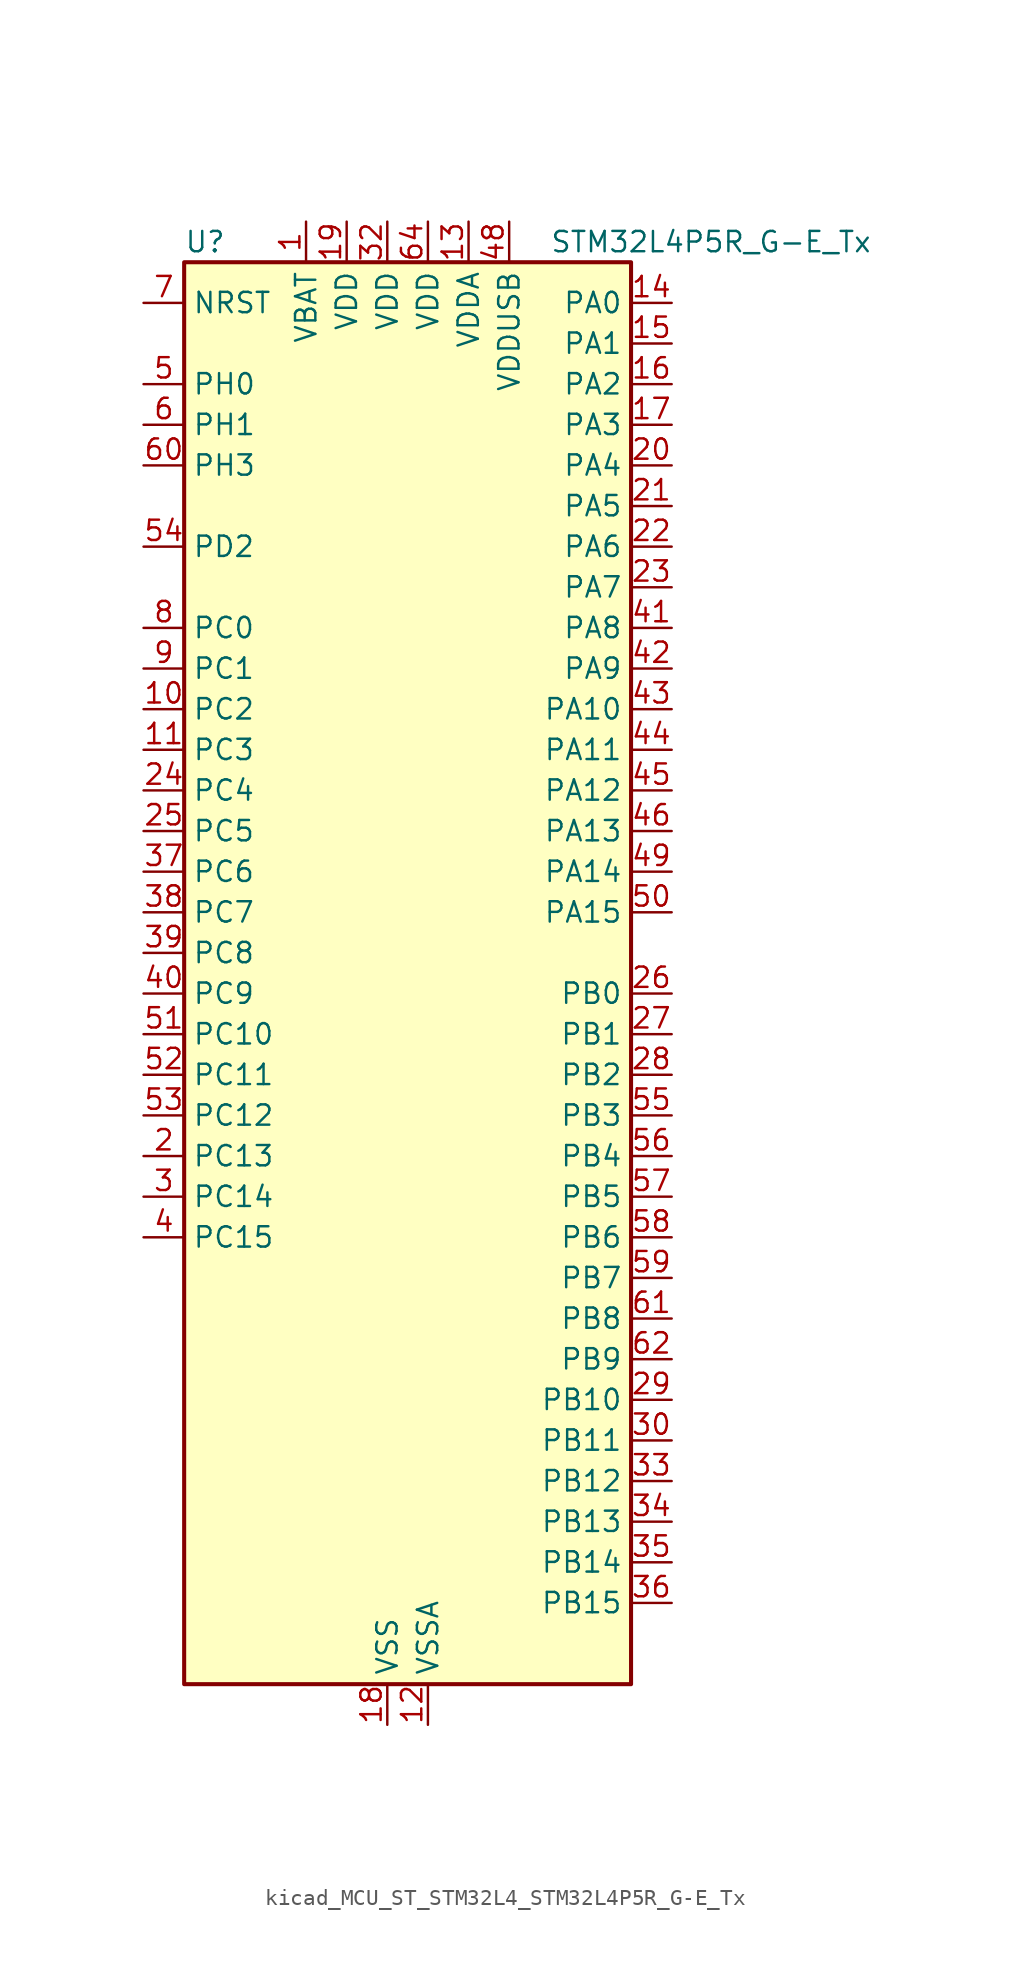
<source format=kicad_sym>
(kicad_symbol_lib
  (version 20220914)
  (generator kicad_symbol_editor)
  (symbol "kicad_MCU_ST_STM32L4_STM32L4P5R_G-E_Tx"
    (property "Reference" "U"
      (at -12.7 46.99 0)
      (effects (font (size 1.27 1.27)) (justify left)))
    (property "Value" "STM32L4P5R_G-E_Tx"
      (at 10.16 46.99 0)
      (effects (font (size 1.27 1.27)) (justify left)))
    (property "ki_locked" ""
      (at 0 0 0)
      (effects (font (size 1.27 1.27))))
    (symbol "kicad_MCU_ST_STM32L4_STM32L4P5R_G-E_Tx_0_1"
      (rectangle (start -12.7 -43.18) (end 15.24 45.72) (stroke (width 0.254) (type default)) (fill (type background))))
    (symbol "kicad_MCU_ST_STM32L4_STM32L4P5R_G-E_Tx_1_1"
      (pin power_in line (at -5.08 48.26 270) (length 2.54) (name "VBAT" (effects (font (size 1.27 1.27)))) (number "1" (effects (font (size 1.27 1.27)))))
      (pin bidirectional line (at -15.24 17.78 0) (length 2.54) (name "PC2" (effects (font (size 1.27 1.27)))) (number "10" (effects (font (size 1.27 1.27)))) (alternate "ADC1_IN3" bidirectional line) (alternate "ADC2_IN3" bidirectional line) (alternate "DFSDM1_CKOUT" bidirectional line) (alternate "LPTIM1_IN2" bidirectional line) (alternate "LTDC_HSYNC" bidirectional line) (alternate "OCTOSPIM_P1_IO5" bidirectional line) (alternate "SPI2_MISO" bidirectional line))
      (pin bidirectional line (at -15.24 15.24 0) (length 2.54) (name "PC3" (effects (font (size 1.27 1.27)))) (number "11" (effects (font (size 1.27 1.27)))) (alternate "ADC1_IN4" bidirectional line) (alternate "ADC2_IN4" bidirectional line) (alternate "LPTIM1_ETR" bidirectional line) (alternate "LPTIM2_ETR" bidirectional line) (alternate "OCTOSPIM_P1_IO6" bidirectional line) (alternate "SAI1_D1" bidirectional line) (alternate "SAI1_SD_A" bidirectional line) (alternate "SPI2_MOSI" bidirectional line))
      (pin power_in line (at 2.54 -45.72 90) (length 2.54) (name "VSSA" (effects (font (size 1.27 1.27)))) (number "12" (effects (font (size 1.27 1.27)))))
      (pin power_in line (at 5.08 48.26 270) (length 2.54) (name "VDDA" (effects (font (size 1.27 1.27)))) (number "13" (effects (font (size 1.27 1.27)))))
      (pin bidirectional line (at 17.78 43.18 180) (length 2.54) (name "PA0" (effects (font (size 1.27 1.27)))) (number "14" (effects (font (size 1.27 1.27)))) (alternate "ADC1_IN5" bidirectional line) (alternate "ADC2_IN5" bidirectional line) (alternate "OPAMP1_VINP" bidirectional line) (alternate "RTC_TAMP2" bidirectional line) (alternate "SAI1_EXTCLK" bidirectional line) (alternate "SYS_WKUP1" bidirectional line) (alternate "TIM2_CH1" bidirectional line) (alternate "TIM2_ETR" bidirectional line) (alternate "TIM5_CH1" bidirectional line) (alternate "TIM8_ETR" bidirectional line) (alternate "UART4_TX" bidirectional line) (alternate "USART2_CTS" bidirectional line) (alternate "USART2_NSS" bidirectional line))
      (pin bidirectional line (at 17.78 40.64 180) (length 2.54) (name "PA1" (effects (font (size 1.27 1.27)))) (number "15" (effects (font (size 1.27 1.27)))) (alternate "ADC1_IN6" bidirectional line) (alternate "ADC2_IN6" bidirectional line) (alternate "I2C1_SMBA" bidirectional line) (alternate "OCTOSPIM_P1_DQS" bidirectional line) (alternate "OPAMP1_VINM" bidirectional line) (alternate "SDMMC2_CMD" bidirectional line) (alternate "SPI1_SCK" bidirectional line) (alternate "TIM15_CH1N" bidirectional line) (alternate "TIM2_CH2" bidirectional line) (alternate "TIM5_CH2" bidirectional line) (alternate "UART4_RX" bidirectional line) (alternate "USART2_DE" bidirectional line) (alternate "USART2_RTS" bidirectional line))
      (pin bidirectional line (at 17.78 38.1 180) (length 2.54) (name "PA2" (effects (font (size 1.27 1.27)))) (number "16" (effects (font (size 1.27 1.27)))) (alternate "ADC1_IN7" bidirectional line) (alternate "ADC2_IN7" bidirectional line) (alternate "LPUART1_TX" bidirectional line) (alternate "OCTOSPIM_P1_NCS" bidirectional line) (alternate "RCC_LSCO" bidirectional line) (alternate "SAI2_EXTCLK" bidirectional line) (alternate "SYS_WKUP4" bidirectional line) (alternate "TIM15_CH1" bidirectional line) (alternate "TIM2_CH3" bidirectional line) (alternate "TIM5_CH3" bidirectional line) (alternate "USART2_TX" bidirectional line))
      (pin bidirectional line (at 17.78 35.56 180) (length 2.54) (name "PA3" (effects (font (size 1.27 1.27)))) (number "17" (effects (font (size 1.27 1.27)))) (alternate "ADC1_IN8" bidirectional line) (alternate "ADC2_IN8" bidirectional line) (alternate "LPUART1_RX" bidirectional line) (alternate "OCTOSPIM_P1_CLK" bidirectional line) (alternate "OPAMP1_VOUT" bidirectional line) (alternate "SAI1_CK1" bidirectional line) (alternate "SAI1_MCLK_A" bidirectional line) (alternate "TIM15_CH2" bidirectional line) (alternate "TIM2_CH4" bidirectional line) (alternate "TIM5_CH4" bidirectional line) (alternate "USART2_RX" bidirectional line))
      (pin power_in line (at 0 -45.72 90) (length 2.54) (name "VSS" (effects (font (size 1.27 1.27)))) (number "18" (effects (font (size 1.27 1.27)))))
      (pin power_in line (at -2.54 48.26 270) (length 2.54) (name "VDD" (effects (font (size 1.27 1.27)))) (number "19" (effects (font (size 1.27 1.27)))))
      (pin bidirectional line (at -15.24 -10.16 0) (length 2.54) (name "PC13" (effects (font (size 1.27 1.27)))) (number "2" (effects (font (size 1.27 1.27)))) (alternate "RTC_OUT1" bidirectional line) (alternate "RTC_TAMP1" bidirectional line) (alternate "RTC_TS" bidirectional line) (alternate "SYS_WKUP2" bidirectional line))
      (pin bidirectional line (at 17.78 33.02 180) (length 2.54) (name "PA4" (effects (font (size 1.27 1.27)))) (number "20" (effects (font (size 1.27 1.27)))) (alternate "ADC1_IN9" bidirectional line) (alternate "ADC2_IN9" bidirectional line) (alternate "DAC1_OUT1" bidirectional line) (alternate "DCMI_HSYNC" bidirectional line) (alternate "LPTIM2_OUT" bidirectional line) (alternate "LTDC_CLK" bidirectional line) (alternate "OCTOSPIM_P1_NCS" bidirectional line) (alternate "PSSI_DE" bidirectional line) (alternate "SAI1_FS_B" bidirectional line) (alternate "SPI1_NSS" bidirectional line) (alternate "SPI3_NSS" bidirectional line) (alternate "USART2_CK" bidirectional line))
      (pin bidirectional line (at 17.78 30.48 180) (length 2.54) (name "PA5" (effects (font (size 1.27 1.27)))) (number "21" (effects (font (size 1.27 1.27)))) (alternate "ADC1_IN10" bidirectional line) (alternate "ADC2_IN10" bidirectional line) (alternate "DAC1_OUT2" bidirectional line) (alternate "LPTIM2_ETR" bidirectional line) (alternate "LTDC_R7" bidirectional line) (alternate "PSSI_D14" bidirectional line) (alternate "SPI1_SCK" bidirectional line) (alternate "TIM2_CH1" bidirectional line) (alternate "TIM2_ETR" bidirectional line) (alternate "TIM8_CH1N" bidirectional line))
      (pin bidirectional line (at 17.78 27.94 180) (length 2.54) (name "PA6" (effects (font (size 1.27 1.27)))) (number "22" (effects (font (size 1.27 1.27)))) (alternate "ADC1_IN11" bidirectional line) (alternate "ADC2_IN11" bidirectional line) (alternate "DCMI_PIXCLK" bidirectional line) (alternate "LPUART1_CTS" bidirectional line) (alternate "OCTOSPIM_P1_IO3" bidirectional line) (alternate "OPAMP2_VINP" bidirectional line) (alternate "PSSI_PDCK" bidirectional line) (alternate "SPI1_MISO" bidirectional line) (alternate "TIM16_CH1" bidirectional line) (alternate "TIM1_BKIN" bidirectional line) (alternate "TIM3_CH1" bidirectional line) (alternate "TIM8_BKIN" bidirectional line) (alternate "USART3_CTS" bidirectional line) (alternate "USART3_NSS" bidirectional line))
      (pin bidirectional line (at 17.78 25.4 180) (length 2.54) (name "PA7" (effects (font (size 1.27 1.27)))) (number "23" (effects (font (size 1.27 1.27)))) (alternate "ADC1_IN12" bidirectional line) (alternate "ADC2_IN12" bidirectional line) (alternate "I2C3_SCL" bidirectional line) (alternate "OCTOSPIM_P1_IO2" bidirectional line) (alternate "OPAMP2_VINM" bidirectional line) (alternate "SPI1_MOSI" bidirectional line) (alternate "TIM17_CH1" bidirectional line) (alternate "TIM1_CH1N" bidirectional line) (alternate "TIM3_CH2" bidirectional line) (alternate "TIM8_CH1N" bidirectional line))
      (pin bidirectional line (at -15.24 12.7 0) (length 2.54) (name "PC4" (effects (font (size 1.27 1.27)))) (number "24" (effects (font (size 1.27 1.27)))) (alternate "ADC1_IN13" bidirectional line) (alternate "ADC2_IN13" bidirectional line) (alternate "COMP1_INM" bidirectional line) (alternate "OCTOSPIM_P1_IO7" bidirectional line) (alternate "OCTOSPIM_P2_NCS" bidirectional line) (alternate "USART3_TX" bidirectional line))
      (pin bidirectional line (at -15.24 10.16 0) (length 2.54) (name "PC5" (effects (font (size 1.27 1.27)))) (number "25" (effects (font (size 1.27 1.27)))) (alternate "ADC1_IN14" bidirectional line) (alternate "ADC2_IN14" bidirectional line) (alternate "COMP1_INP" bidirectional line) (alternate "LTDC_CLK" bidirectional line) (alternate "PSSI_D15" bidirectional line) (alternate "SAI1_D3" bidirectional line) (alternate "SYS_WKUP5" bidirectional line) (alternate "USART3_RX" bidirectional line))
      (pin bidirectional line (at 17.78 0 180) (length 2.54) (name "PB0" (effects (font (size 1.27 1.27)))) (number "26" (effects (font (size 1.27 1.27)))) (alternate "ADC1_IN15" bidirectional line) (alternate "ADC2_IN15" bidirectional line) (alternate "COMP1_OUT" bidirectional line) (alternate "LTDC_B6" bidirectional line) (alternate "OCTOSPIM_P1_IO1" bidirectional line) (alternate "OPAMP2_VOUT" bidirectional line) (alternate "SAI1_EXTCLK" bidirectional line) (alternate "SPI1_NSS" bidirectional line) (alternate "TIM1_CH2N" bidirectional line) (alternate "TIM3_CH3" bidirectional line) (alternate "TIM8_CH2N" bidirectional line) (alternate "USART3_CK" bidirectional line))
      (pin bidirectional line (at 17.78 -2.54 180) (length 2.54) (name "PB1" (effects (font (size 1.27 1.27)))) (number "27" (effects (font (size 1.27 1.27)))) (alternate "ADC1_IN16" bidirectional line) (alternate "ADC2_IN16" bidirectional line) (alternate "COMP1_INM" bidirectional line) (alternate "DFSDM1_DATIN0" bidirectional line) (alternate "LPTIM2_IN1" bidirectional line) (alternate "LPUART1_DE" bidirectional line) (alternate "LPUART1_RTS" bidirectional line) (alternate "LTDC_G6" bidirectional line) (alternate "OCTOSPIM_P1_IO0" bidirectional line) (alternate "TIM1_CH3N" bidirectional line) (alternate "TIM3_CH4" bidirectional line) (alternate "TIM8_CH3N" bidirectional line) (alternate "USART3_DE" bidirectional line) (alternate "USART3_RTS" bidirectional line))
      (pin bidirectional line (at 17.78 -5.08 180) (length 2.54) (name "PB2" (effects (font (size 1.27 1.27)))) (number "28" (effects (font (size 1.27 1.27)))) (alternate "COMP1_INP" bidirectional line) (alternate "DFSDM1_CKIN0" bidirectional line) (alternate "I2C3_SMBA" bidirectional line) (alternate "LPTIM1_OUT" bidirectional line) (alternate "OCTOSPIM_P1_DQS" bidirectional line) (alternate "RTC_OUT2" bidirectional line))
      (pin bidirectional line (at 17.78 -25.4 180) (length 2.54) (name "PB10" (effects (font (size 1.27 1.27)))) (number "29" (effects (font (size 1.27 1.27)))) (alternate "COMP1_OUT" bidirectional line) (alternate "I2C2_SCL" bidirectional line) (alternate "I2C4_SCL" bidirectional line) (alternate "LPUART1_RX" bidirectional line) (alternate "OCTOSPIM_P1_CLK" bidirectional line) (alternate "OCTOSPIM_P1_IO3" bidirectional line) (alternate "SAI1_SCK_A" bidirectional line) (alternate "SPI2_SCK" bidirectional line) (alternate "TIM2_CH3" bidirectional line) (alternate "TSC_SYNC" bidirectional line) (alternate "USART3_TX" bidirectional line))
      (pin bidirectional line (at -15.24 -12.7 0) (length 2.54) (name "PC14" (effects (font (size 1.27 1.27)))) (number "3" (effects (font (size 1.27 1.27)))) (alternate "RCC_OSC32_IN" bidirectional line))
      (pin bidirectional line (at 17.78 -27.94 180) (length 2.54) (name "PB11" (effects (font (size 1.27 1.27)))) (number "30" (effects (font (size 1.27 1.27)))) (alternate "ADC1_EXTI11" bidirectional line) (alternate "ADC2_EXTI11" bidirectional line) (alternate "COMP2_OUT" bidirectional line) (alternate "I2C2_SDA" bidirectional line) (alternate "I2C4_SDA" bidirectional line) (alternate "LPUART1_TX" bidirectional line) (alternate "LTDC_VSYNC" bidirectional line) (alternate "OCTOSPIM_P1_NCS" bidirectional line) (alternate "TIM2_CH4" bidirectional line) (alternate "USART3_RX" bidirectional line))
      (pin passive line (at 0 -45.72 90) (length 2.54) hide (name "VSS" (effects (font (size 1.27 1.27)))) (number "31" (effects (font (size 1.27 1.27)))))
      (pin power_in line (at 0 48.26 270) (length 2.54) (name "VDD" (effects (font (size 1.27 1.27)))) (number "32" (effects (font (size 1.27 1.27)))))
      (pin bidirectional line (at 17.78 -30.48 180) (length 2.54) (name "PB12" (effects (font (size 1.27 1.27)))) (number "33" (effects (font (size 1.27 1.27)))) (alternate "DFSDM1_DATIN1" bidirectional line) (alternate "I2C2_SMBA" bidirectional line) (alternate "LPUART1_DE" bidirectional line) (alternate "LPUART1_RTS" bidirectional line) (alternate "OCTOSPIM_P1_NCLK" bidirectional line) (alternate "SAI2_FS_A" bidirectional line) (alternate "SDMMC2_CK" bidirectional line) (alternate "SPI2_NSS" bidirectional line) (alternate "TIM15_BKIN" bidirectional line) (alternate "TIM1_BKIN" bidirectional line) (alternate "TSC_G1_IO1" bidirectional line) (alternate "USART3_CK" bidirectional line))
      (pin bidirectional line (at 17.78 -33.02 180) (length 2.54) (name "PB13" (effects (font (size 1.27 1.27)))) (number "34" (effects (font (size 1.27 1.27)))) (alternate "DFSDM1_CKIN1" bidirectional line) (alternate "I2C2_SCL" bidirectional line) (alternate "LPUART1_CTS" bidirectional line) (alternate "OCTOSPIM_P1_IO1" bidirectional line) (alternate "SAI2_SCK_A" bidirectional line) (alternate "SPI2_SCK" bidirectional line) (alternate "TIM15_CH1N" bidirectional line) (alternate "TIM1_CH1N" bidirectional line) (alternate "TSC_G1_IO2" bidirectional line) (alternate "USART3_CTS" bidirectional line) (alternate "USART3_NSS" bidirectional line))
      (pin bidirectional line (at 17.78 -35.56 180) (length 2.54) (name "PB14" (effects (font (size 1.27 1.27)))) (number "35" (effects (font (size 1.27 1.27)))) (alternate "DFSDM1_DATIN2" bidirectional line) (alternate "I2C2_SDA" bidirectional line) (alternate "OCTOSPIM_P1_IO6" bidirectional line) (alternate "SAI2_MCLK_A" bidirectional line) (alternate "SDMMC2_D0" bidirectional line) (alternate "SPI2_MISO" bidirectional line) (alternate "TIM15_CH1" bidirectional line) (alternate "TIM1_CH2N" bidirectional line) (alternate "TIM8_CH2N" bidirectional line) (alternate "TSC_G1_IO3" bidirectional line) (alternate "USART3_DE" bidirectional line) (alternate "USART3_RTS" bidirectional line))
      (pin bidirectional line (at 17.78 -38.1 180) (length 2.54) (name "PB15" (effects (font (size 1.27 1.27)))) (number "36" (effects (font (size 1.27 1.27)))) (alternate "ADC1_EXTI15" bidirectional line) (alternate "ADC2_EXTI15" bidirectional line) (alternate "DFSDM1_CKIN2" bidirectional line) (alternate "OCTOSPIM_P1_IO7" bidirectional line) (alternate "RTC_REFIN" bidirectional line) (alternate "SAI2_SD_A" bidirectional line) (alternate "SDMMC2_D1" bidirectional line) (alternate "SPI2_MOSI" bidirectional line) (alternate "TIM15_CH2" bidirectional line) (alternate "TIM1_CH3N" bidirectional line) (alternate "TIM8_CH3N" bidirectional line) (alternate "TSC_G1_IO4" bidirectional line))
      (pin bidirectional line (at -15.24 7.62 0) (length 2.54) (name "PC6" (effects (font (size 1.27 1.27)))) (number "37" (effects (font (size 1.27 1.27)))) (alternate "DCMI_D0" bidirectional line) (alternate "DFSDM1_CKIN3" bidirectional line) (alternate "LTDC_G7" bidirectional line) (alternate "PSSI_D0" bidirectional line) (alternate "SAI2_MCLK_A" bidirectional line) (alternate "SDMMC1_D0DIR" bidirectional line) (alternate "SDMMC1_D6" bidirectional line) (alternate "SDMMC2_D6" bidirectional line) (alternate "TIM3_CH1" bidirectional line) (alternate "TIM8_CH1" bidirectional line) (alternate "TSC_G4_IO1" bidirectional line))
      (pin bidirectional line (at -15.24 5.08 0) (length 2.54) (name "PC7" (effects (font (size 1.27 1.27)))) (number "38" (effects (font (size 1.27 1.27)))) (alternate "DCMI_D1" bidirectional line) (alternate "DFSDM1_DATIN3" bidirectional line) (alternate "LTDC_B6" bidirectional line) (alternate "PSSI_D1" bidirectional line) (alternate "SAI2_MCLK_B" bidirectional line) (alternate "SDMMC1_D123DIR" bidirectional line) (alternate "SDMMC1_D7" bidirectional line) (alternate "SDMMC2_D7" bidirectional line) (alternate "TIM3_CH2" bidirectional line) (alternate "TIM8_CH2" bidirectional line) (alternate "TSC_G4_IO2" bidirectional line))
      (pin bidirectional line (at -15.24 2.54 0) (length 2.54) (name "PC8" (effects (font (size 1.27 1.27)))) (number "39" (effects (font (size 1.27 1.27)))) (alternate "DCMI_D2" bidirectional line) (alternate "PSSI_D2" bidirectional line) (alternate "SDMMC1_D0" bidirectional line) (alternate "TIM3_CH3" bidirectional line) (alternate "TIM8_CH3" bidirectional line) (alternate "TSC_G4_IO3" bidirectional line))
      (pin bidirectional line (at -15.24 -15.24 0) (length 2.54) (name "PC15" (effects (font (size 1.27 1.27)))) (number "4" (effects (font (size 1.27 1.27)))) (alternate "ADC1_EXTI15" bidirectional line) (alternate "ADC2_EXTI15" bidirectional line) (alternate "RCC_OSC32_OUT" bidirectional line))
      (pin bidirectional line (at -15.24 0 0) (length 2.54) (name "PC9" (effects (font (size 1.27 1.27)))) (number "40" (effects (font (size 1.27 1.27)))) (alternate "DAC1_EXTI9" bidirectional line) (alternate "DCMI_D3" bidirectional line) (alternate "I2C3_SDA" bidirectional line) (alternate "PSSI_D3" bidirectional line) (alternate "SAI2_EXTCLK" bidirectional line) (alternate "SDMMC1_D1" bidirectional line) (alternate "SYS_TRACED0" bidirectional line) (alternate "TIM3_CH4" bidirectional line) (alternate "TIM8_BKIN2" bidirectional line) (alternate "TIM8_CH4" bidirectional line) (alternate "TSC_G4_IO4" bidirectional line) (alternate "USB_OTG_FS_NOE" bidirectional line))
      (pin bidirectional line (at 17.78 22.86 180) (length 2.54) (name "PA8" (effects (font (size 1.27 1.27)))) (number "41" (effects (font (size 1.27 1.27)))) (alternate "LPTIM2_OUT" bidirectional line) (alternate "LTDC_B7" bidirectional line) (alternate "RCC_MCO" bidirectional line) (alternate "SAI1_CK2" bidirectional line) (alternate "SAI1_SCK_A" bidirectional line) (alternate "TIM1_CH1" bidirectional line) (alternate "USART1_CK" bidirectional line) (alternate "USB_OTG_FS_SOF" bidirectional line))
      (pin bidirectional line (at 17.78 20.32 180) (length 2.54) (name "PA9" (effects (font (size 1.27 1.27)))) (number "42" (effects (font (size 1.27 1.27)))) (alternate "DAC1_EXTI9" bidirectional line) (alternate "DCMI_D0" bidirectional line) (alternate "LTDC_G7" bidirectional line) (alternate "PSSI_D0" bidirectional line) (alternate "SAI1_FS_A" bidirectional line) (alternate "SPI2_SCK" bidirectional line) (alternate "TIM15_BKIN" bidirectional line) (alternate "TIM1_CH2" bidirectional line) (alternate "USART1_TX" bidirectional line) (alternate "USB_OTG_FS_VBUS" bidirectional line))
      (pin bidirectional line (at 17.78 17.78 180) (length 2.54) (name "PA10" (effects (font (size 1.27 1.27)))) (number "43" (effects (font (size 1.27 1.27)))) (alternate "DCMI_D1" bidirectional line) (alternate "LTDC_G6" bidirectional line) (alternate "PSSI_D1" bidirectional line) (alternate "SAI1_D1" bidirectional line) (alternate "SAI1_SD_A" bidirectional line) (alternate "TIM17_BKIN" bidirectional line) (alternate "TIM1_CH3" bidirectional line) (alternate "USART1_RX" bidirectional line) (alternate "USB_OTG_FS_ID" bidirectional line))
      (pin bidirectional line (at 17.78 15.24 180) (length 2.54) (name "PA11" (effects (font (size 1.27 1.27)))) (number "44" (effects (font (size 1.27 1.27)))) (alternate "ADC1_EXTI11" bidirectional line) (alternate "ADC2_EXTI11" bidirectional line) (alternate "CAN1_RX" bidirectional line) (alternate "LTDC_DE" bidirectional line) (alternate "SPI1_MISO" bidirectional line) (alternate "TIM1_BKIN2" bidirectional line) (alternate "TIM1_CH4" bidirectional line) (alternate "USART1_CTS" bidirectional line) (alternate "USART1_NSS" bidirectional line) (alternate "USB_OTG_FS_DM" bidirectional line))
      (pin bidirectional line (at 17.78 12.7 180) (length 2.54) (name "PA12" (effects (font (size 1.27 1.27)))) (number "45" (effects (font (size 1.27 1.27)))) (alternate "CAN1_TX" bidirectional line) (alternate "LTDC_VSYNC" bidirectional line) (alternate "OCTOSPIM_P2_NCS" bidirectional line) (alternate "SPI1_MOSI" bidirectional line) (alternate "TIM1_ETR" bidirectional line) (alternate "USART1_DE" bidirectional line) (alternate "USART1_RTS" bidirectional line) (alternate "USB_OTG_FS_DP" bidirectional line))
      (pin bidirectional line (at 17.78 10.16 180) (length 2.54) (name "PA13" (effects (font (size 1.27 1.27)))) (number "46" (effects (font (size 1.27 1.27)))) (alternate "IR_OUT" bidirectional line) (alternate "SAI1_SD_B" bidirectional line) (alternate "SYS_JTMS-SWDIO" bidirectional line) (alternate "USB_OTG_FS_NOE" bidirectional line))
      (pin passive line (at 0 -45.72 90) (length 2.54) hide (name "VSS" (effects (font (size 1.27 1.27)))) (number "47" (effects (font (size 1.27 1.27)))))
      (pin power_in line (at 7.62 48.26 270) (length 2.54) (name "VDDUSB" (effects (font (size 1.27 1.27)))) (number "48" (effects (font (size 1.27 1.27)))))
      (pin bidirectional line (at 17.78 7.62 180) (length 2.54) (name "PA14" (effects (font (size 1.27 1.27)))) (number "49" (effects (font (size 1.27 1.27)))) (alternate "I2C1_SMBA" bidirectional line) (alternate "I2C4_SMBA" bidirectional line) (alternate "LPTIM1_OUT" bidirectional line) (alternate "SAI1_FS_B" bidirectional line) (alternate "SYS_JTCK-SWCLK" bidirectional line) (alternate "USB_OTG_FS_SOF" bidirectional line))
      (pin bidirectional line (at -15.24 38.1 0) (length 2.54) (name "PH0" (effects (font (size 1.27 1.27)))) (number "5" (effects (font (size 1.27 1.27)))) (alternate "RCC_OSC_IN" bidirectional line))
      (pin bidirectional line (at 17.78 5.08 180) (length 2.54) (name "PA15" (effects (font (size 1.27 1.27)))) (number "50" (effects (font (size 1.27 1.27)))) (alternate "ADC1_EXTI15" bidirectional line) (alternate "ADC2_EXTI15" bidirectional line) (alternate "LTDC_HSYNC" bidirectional line) (alternate "SAI2_FS_B" bidirectional line) (alternate "SPI1_NSS" bidirectional line) (alternate "SPI3_NSS" bidirectional line) (alternate "SYS_JTDI" bidirectional line) (alternate "TIM2_CH1" bidirectional line) (alternate "TIM2_ETR" bidirectional line) (alternate "TSC_G3_IO1" bidirectional line) (alternate "UART4_DE" bidirectional line) (alternate "UART4_RTS" bidirectional line) (alternate "USART2_RX" bidirectional line) (alternate "USART3_DE" bidirectional line) (alternate "USART3_RTS" bidirectional line))
      (pin bidirectional line (at -15.24 -2.54 0) (length 2.54) (name "PC10" (effects (font (size 1.27 1.27)))) (number "51" (effects (font (size 1.27 1.27)))) (alternate "DCMI_D8" bidirectional line) (alternate "DCMI_VSYNC" bidirectional line) (alternate "PSSI_D8" bidirectional line) (alternate "PSSI_RDY" bidirectional line) (alternate "SAI2_SCK_B" bidirectional line) (alternate "SDMMC1_D2" bidirectional line) (alternate "SPI3_SCK" bidirectional line) (alternate "SYS_TRACED1" bidirectional line) (alternate "TSC_G3_IO2" bidirectional line) (alternate "UART4_TX" bidirectional line) (alternate "USART3_TX" bidirectional line))
      (pin bidirectional line (at -15.24 -5.08 0) (length 2.54) (name "PC11" (effects (font (size 1.27 1.27)))) (number "52" (effects (font (size 1.27 1.27)))) (alternate "ADC1_EXTI11" bidirectional line) (alternate "ADC2_EXTI11" bidirectional line) (alternate "DCMI_D2" bidirectional line) (alternate "DCMI_D4" bidirectional line) (alternate "OCTOSPIM_P1_NCS" bidirectional line) (alternate "PSSI_D2" bidirectional line) (alternate "PSSI_D4" bidirectional line) (alternate "SAI2_MCLK_B" bidirectional line) (alternate "SDMMC1_D3" bidirectional line) (alternate "SPI3_MISO" bidirectional line) (alternate "TSC_G3_IO3" bidirectional line) (alternate "UART4_RX" bidirectional line) (alternate "USART3_RX" bidirectional line))
      (pin bidirectional line (at -15.24 -7.62 0) (length 2.54) (name "PC12" (effects (font (size 1.27 1.27)))) (number "53" (effects (font (size 1.27 1.27)))) (alternate "DCMI_D9" bidirectional line) (alternate "LTDC_R6" bidirectional line) (alternate "PSSI_D9" bidirectional line) (alternate "SAI2_SD_B" bidirectional line) (alternate "SDMMC1_CK" bidirectional line) (alternate "SPI3_MOSI" bidirectional line) (alternate "SYS_TRACED3" bidirectional line) (alternate "TSC_G3_IO4" bidirectional line) (alternate "USART3_CK" bidirectional line))
      (pin bidirectional line (at -15.24 27.94 0) (length 2.54) (name "PD2" (effects (font (size 1.27 1.27)))) (number "54" (effects (font (size 1.27 1.27)))) (alternate "DCMI_D11" bidirectional line) (alternate "PSSI_D11" bidirectional line) (alternate "SDMMC1_CMD" bidirectional line) (alternate "SYS_TRACED2" bidirectional line) (alternate "TIM3_ETR" bidirectional line) (alternate "TSC_SYNC" bidirectional line) (alternate "USART3_DE" bidirectional line) (alternate "USART3_RTS" bidirectional line))
      (pin bidirectional line (at 17.78 -7.62 180) (length 2.54) (name "PB3" (effects (font (size 1.27 1.27)))) (number "55" (effects (font (size 1.27 1.27)))) (alternate "COMP2_INM" bidirectional line) (alternate "CRS_SYNC" bidirectional line) (alternate "OCTOSPIM_P1_IO4" bidirectional line) (alternate "SAI1_SCK_B" bidirectional line) (alternate "SDMMC2_D2" bidirectional line) (alternate "SPI1_SCK" bidirectional line) (alternate "SPI3_SCK" bidirectional line) (alternate "SYS_JTDO-SWO" bidirectional line) (alternate "TIM2_CH2" bidirectional line) (alternate "USART1_DE" bidirectional line) (alternate "USART1_RTS" bidirectional line))
      (pin bidirectional line (at 17.78 -10.16 180) (length 2.54) (name "PB4" (effects (font (size 1.27 1.27)))) (number "56" (effects (font (size 1.27 1.27)))) (alternate "COMP2_INP" bidirectional line) (alternate "DCMI_D12" bidirectional line) (alternate "I2C3_SDA" bidirectional line) (alternate "OCTOSPIM_P1_IO5" bidirectional line) (alternate "PSSI_D12" bidirectional line) (alternate "SAI1_MCLK_B" bidirectional line) (alternate "SDMMC2_D3" bidirectional line) (alternate "SPI1_MISO" bidirectional line) (alternate "SPI3_MISO" bidirectional line) (alternate "SYS_JTRST" bidirectional line) (alternate "TIM17_BKIN" bidirectional line) (alternate "TIM3_CH1" bidirectional line) (alternate "TSC_G2_IO1" bidirectional line) (alternate "USART1_CTS" bidirectional line) (alternate "USART1_NSS" bidirectional line))
      (pin bidirectional line (at 17.78 -12.7 180) (length 2.54) (name "PB5" (effects (font (size 1.27 1.27)))) (number "57" (effects (font (size 1.27 1.27)))) (alternate "COMP2_OUT" bidirectional line) (alternate "DCMI_D10" bidirectional line) (alternate "I2C1_SMBA" bidirectional line) (alternate "LPTIM1_IN1" bidirectional line) (alternate "OCTOSPIM_P1_IO0" bidirectional line) (alternate "PSSI_D10" bidirectional line) (alternate "SAI1_SD_B" bidirectional line) (alternate "SPI1_MOSI" bidirectional line) (alternate "SPI3_MOSI" bidirectional line) (alternate "TIM16_BKIN" bidirectional line) (alternate "TIM3_CH2" bidirectional line) (alternate "TSC_G2_IO2" bidirectional line) (alternate "USART1_CK" bidirectional line))
      (pin bidirectional line (at 17.78 -15.24 180) (length 2.54) (name "PB6" (effects (font (size 1.27 1.27)))) (number "58" (effects (font (size 1.27 1.27)))) (alternate "COMP2_INP" bidirectional line) (alternate "DCMI_D5" bidirectional line) (alternate "I2C1_SCL" bidirectional line) (alternate "I2C4_SCL" bidirectional line) (alternate "LPTIM1_ETR" bidirectional line) (alternate "LTDC_R6" bidirectional line) (alternate "PSSI_D5" bidirectional line) (alternate "SAI1_FS_B" bidirectional line) (alternate "TIM16_CH1N" bidirectional line) (alternate "TIM4_CH1" bidirectional line) (alternate "TIM8_BKIN2" bidirectional line) (alternate "TSC_G2_IO3" bidirectional line) (alternate "USART1_TX" bidirectional line))
      (pin bidirectional line (at 17.78 -17.78 180) (length 2.54) (name "PB7" (effects (font (size 1.27 1.27)))) (number "59" (effects (font (size 1.27 1.27)))) (alternate "COMP2_INM" bidirectional line) (alternate "DCMI_VSYNC" bidirectional line) (alternate "I2C1_SDA" bidirectional line) (alternate "I2C4_SDA" bidirectional line) (alternate "LPTIM1_IN2" bidirectional line) (alternate "LTDC_VSYNC" bidirectional line) (alternate "PSSI_RDY" bidirectional line) (alternate "SYS_PVD_IN" bidirectional line) (alternate "TIM17_CH1N" bidirectional line) (alternate "TIM4_CH2" bidirectional line) (alternate "TIM8_BKIN" bidirectional line) (alternate "TSC_G2_IO4" bidirectional line) (alternate "UART4_CTS" bidirectional line) (alternate "USART1_RX" bidirectional line))
      (pin bidirectional line (at -15.24 35.56 0) (length 2.54) (name "PH1" (effects (font (size 1.27 1.27)))) (number "6" (effects (font (size 1.27 1.27)))) (alternate "RCC_OSC_OUT" bidirectional line))
      (pin bidirectional line (at -15.24 33.02 0) (length 2.54) (name "PH3" (effects (font (size 1.27 1.27)))) (number "60" (effects (font (size 1.27 1.27)))))
      (pin bidirectional line (at 17.78 -20.32 180) (length 2.54) (name "PB8" (effects (font (size 1.27 1.27)))) (number "61" (effects (font (size 1.27 1.27)))) (alternate "CAN1_RX" bidirectional line) (alternate "DCMI_D6" bidirectional line) (alternate "DFSDM1_CKOUT" bidirectional line) (alternate "I2C1_SCL" bidirectional line) (alternate "LTDC_DE" bidirectional line) (alternate "PSSI_D6" bidirectional line) (alternate "SAI1_CK1" bidirectional line) (alternate "SAI1_MCLK_A" bidirectional line) (alternate "SDMMC1_CKIN" bidirectional line) (alternate "SDMMC1_D4" bidirectional line) (alternate "SDMMC2_D4" bidirectional line) (alternate "TIM16_CH1" bidirectional line) (alternate "TIM4_CH3" bidirectional line))
      (pin bidirectional line (at 17.78 -22.86 180) (length 2.54) (name "PB9" (effects (font (size 1.27 1.27)))) (number "62" (effects (font (size 1.27 1.27)))) (alternate "CAN1_TX" bidirectional line) (alternate "DAC1_EXTI9" bidirectional line) (alternate "DCMI_D7" bidirectional line) (alternate "I2C1_SDA" bidirectional line) (alternate "IR_OUT" bidirectional line) (alternate "PSSI_D7" bidirectional line) (alternate "SAI1_D2" bidirectional line) (alternate "SAI1_FS_A" bidirectional line) (alternate "SDMMC1_CDIR" bidirectional line) (alternate "SDMMC1_D5" bidirectional line) (alternate "SDMMC2_D5" bidirectional line) (alternate "SPI2_NSS" bidirectional line) (alternate "TIM17_CH1" bidirectional line) (alternate "TIM4_CH4" bidirectional line))
      (pin passive line (at 0 -45.72 90) (length 2.54) hide (name "VSS" (effects (font (size 1.27 1.27)))) (number "63" (effects (font (size 1.27 1.27)))))
      (pin power_in line (at 2.54 48.26 270) (length 2.54) (name "VDD" (effects (font (size 1.27 1.27)))) (number "64" (effects (font (size 1.27 1.27)))))
      (pin input line (at -15.24 43.18 0) (length 2.54) (name "NRST" (effects (font (size 1.27 1.27)))) (number "7" (effects (font (size 1.27 1.27)))))
      (pin bidirectional line (at -15.24 22.86 0) (length 2.54) (name "PC0" (effects (font (size 1.27 1.27)))) (number "8" (effects (font (size 1.27 1.27)))) (alternate "ADC1_IN1" bidirectional line) (alternate "ADC2_IN1" bidirectional line) (alternate "I2C3_SCL" bidirectional line) (alternate "LPTIM1_IN1" bidirectional line) (alternate "LPTIM2_IN1" bidirectional line) (alternate "LPUART1_RX" bidirectional line) (alternate "LTDC_DE" bidirectional line) (alternate "SAI2_FS_A" bidirectional line) (alternate "SDMMC1_CMD" bidirectional line) (alternate "SDMMC2_CKIN" bidirectional line))
      (pin bidirectional line (at -15.24 20.32 0) (length 2.54) (name "PC1" (effects (font (size 1.27 1.27)))) (number "9" (effects (font (size 1.27 1.27)))) (alternate "ADC1_IN2" bidirectional line) (alternate "ADC2_IN2" bidirectional line) (alternate "I2C3_SDA" bidirectional line) (alternate "LPTIM1_OUT" bidirectional line) (alternate "LPUART1_TX" bidirectional line) (alternate "OCTOSPIM_P1_IO4" bidirectional line) (alternate "SAI1_SD_A" bidirectional line) (alternate "SPI2_MOSI" bidirectional line) (alternate "SYS_TRACED0" bidirectional line)))))
</source>
